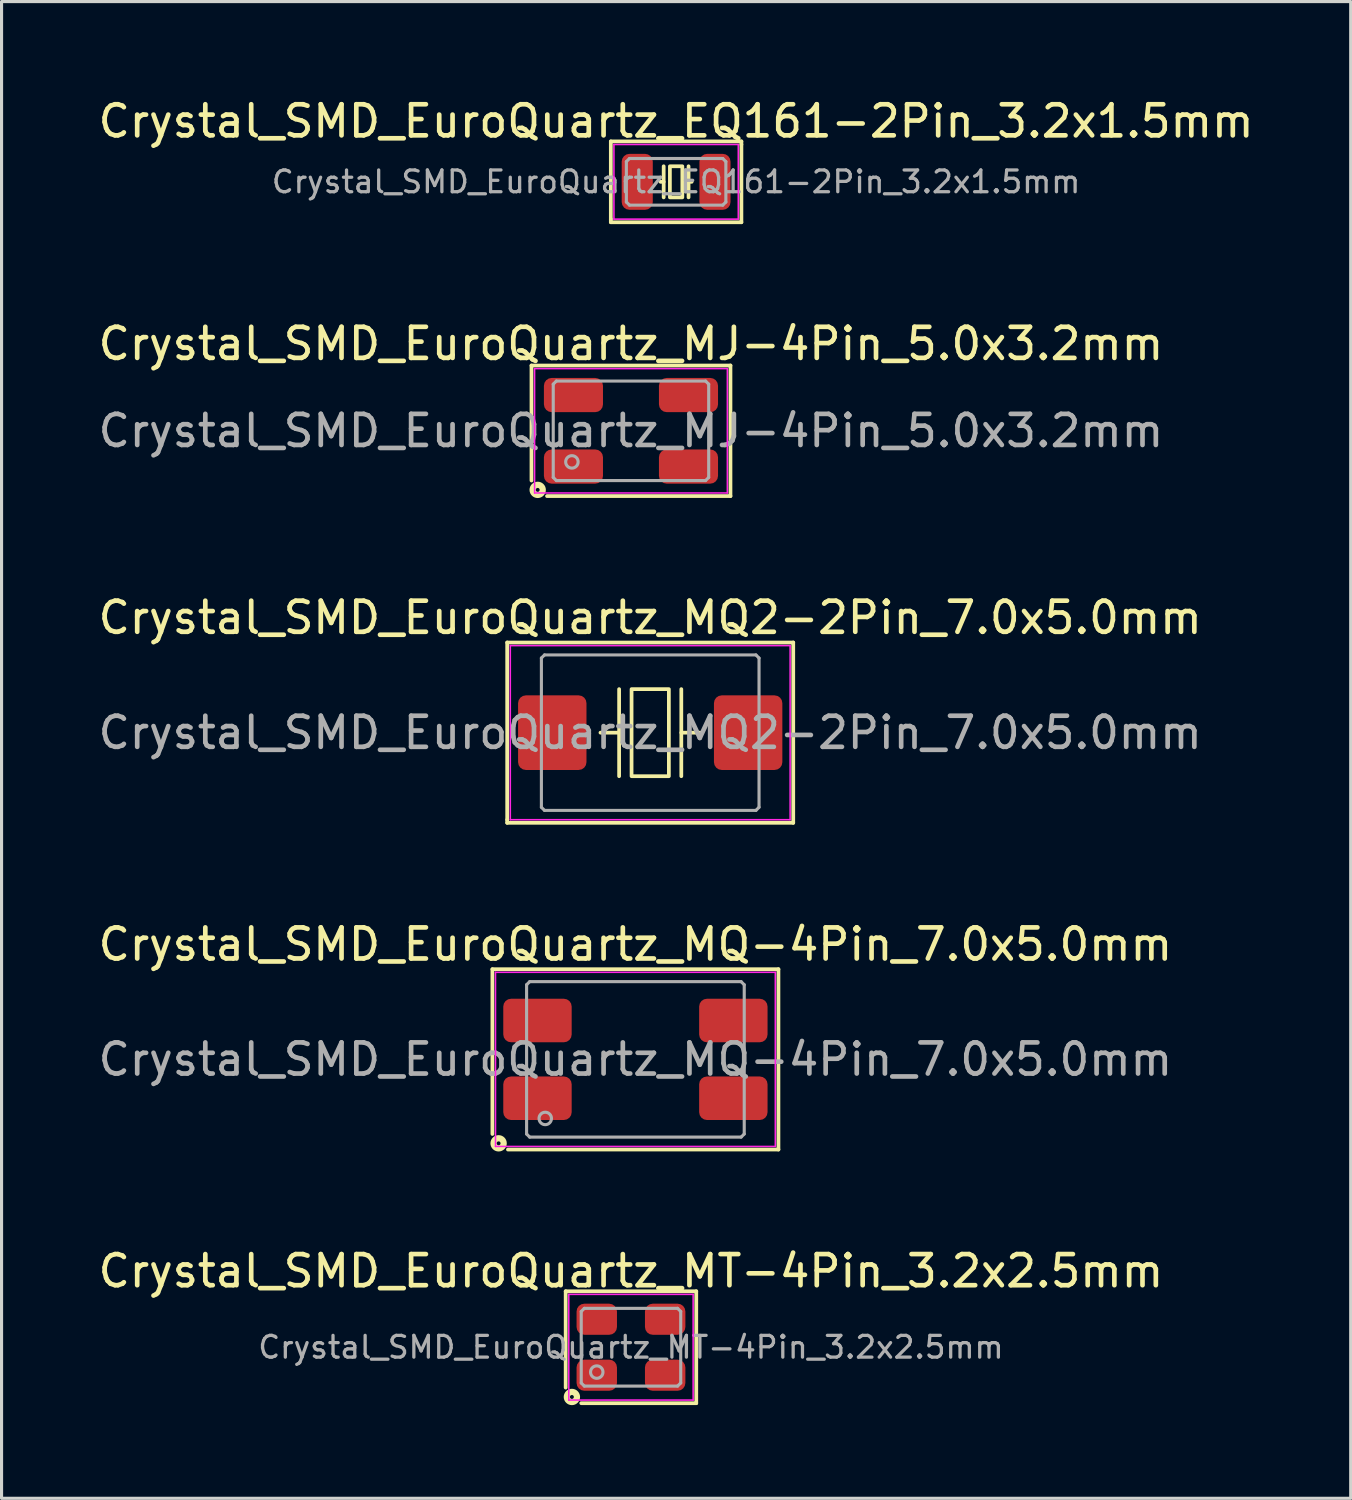
<source format=kicad_pcb>
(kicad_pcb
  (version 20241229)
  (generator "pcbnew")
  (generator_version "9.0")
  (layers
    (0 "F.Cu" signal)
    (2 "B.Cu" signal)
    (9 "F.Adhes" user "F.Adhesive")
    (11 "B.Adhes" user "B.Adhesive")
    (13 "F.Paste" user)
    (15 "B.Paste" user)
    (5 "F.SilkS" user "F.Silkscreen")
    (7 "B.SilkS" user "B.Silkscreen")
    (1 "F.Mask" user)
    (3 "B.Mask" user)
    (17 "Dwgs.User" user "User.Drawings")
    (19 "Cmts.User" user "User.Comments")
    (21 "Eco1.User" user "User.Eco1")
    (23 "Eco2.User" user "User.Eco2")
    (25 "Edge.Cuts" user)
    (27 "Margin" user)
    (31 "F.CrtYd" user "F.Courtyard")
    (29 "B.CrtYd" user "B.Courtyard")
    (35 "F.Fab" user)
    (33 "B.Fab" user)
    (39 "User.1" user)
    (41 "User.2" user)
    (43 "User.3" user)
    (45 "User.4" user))
  (footprint "Crystal_SMD_EuroQuartz_EQ161-2Pin_3.2x1.5mm"
    (layer "F.Cu")
    (at 18.696 2.798)
    (property "Reference" "Crystal_SMD_EuroQuartz_EQ161-2Pin_3.2x1.5mm" (at 0 -1.95 0) (layer "F.SilkS") (effects (font (size 1 1) (thickness 0.15))))
    (attr smd)
    (fp_line (start -2.1 -1.3) (end -2.1 1.2) (stroke (width 0.12) (type solid)) (layer "F.SilkS"))
    (fp_line (start -2.1 1.2) (end -2.1 1.3) (stroke (width 0.12) (type solid)) (layer "F.SilkS"))
    (fp_line (start -2.1 1.3) (end 2.1 1.3) (stroke (width 0.12) (type solid)) (layer "F.SilkS"))
    (fp_line (start -0.4 -0.5) (end -0.4 0.5) (stroke (width 0.12) (type solid)) (layer "F.SilkS"))
    (fp_line (start -0.4 0) (end -0.5 0) (stroke (width 0.12) (type solid)) (layer "F.SilkS"))
    (fp_line (start 0.4 -0.5) (end 0.4 0.5) (stroke (width 0.12) (type solid)) (layer "F.SilkS"))
    (fp_line (start 0.4 0) (end 0.5 0) (stroke (width 0.12) (type solid)) (layer "F.SilkS"))
    (fp_line (start 2.1 -1.3) (end -2.1 -1.3) (stroke (width 0.12) (type solid)) (layer "F.SilkS"))
    (fp_line (start 2.1 -1.2) (end 2.1 -1.3) (stroke (width 0.12) (type solid)) (layer "F.SilkS"))
    (fp_line (start 2.1 1.3) (end 2.1 -1.2) (stroke (width 0.12) (type solid)) (layer "F.SilkS"))
    (fp_rect (start -0.2 -0.5) (end 0.2 0.5) (stroke (width 0.12) (type solid)) (fill no) (layer "F.SilkS"))
    (fp_line (start -2 -1.2) (end -2 1.2) (stroke (width 0.05) (type solid)) (layer "F.CrtYd"))
    (fp_line (start -2 1.2) (end 2 1.2) (stroke (width 0.05) (type solid)) (layer "F.CrtYd"))
    (fp_line (start 2 -1.2) (end -2 -1.2) (stroke (width 0.05) (type solid)) (layer "F.CrtYd"))
    (fp_line (start 2 1.2) (end 2 -1.2) (stroke (width 0.05) (type solid)) (layer "F.CrtYd"))
    (fp_line (start -1.6 -0.65) (end -1.5 -0.75) (stroke (width 0.1) (type solid)) (layer "F.Fab"))
    (fp_line (start -1.6 0.65) (end -1.6 -0.65) (stroke (width 0.1) (type solid)) (layer "F.Fab"))
    (fp_line (start -1.5 -0.75) (end 1.5 -0.75) (stroke (width 0.1) (type solid)) (layer "F.Fab"))
    (fp_line (start -1.5 0.75) (end -1.6 0.65) (stroke (width 0.1) (type solid)) (layer "F.Fab"))
    (fp_line (start 1.5 -0.75) (end 1.6 -0.65) (stroke (width 0.1) (type solid)) (layer "F.Fab"))
    (fp_line (start 1.5 0.75) (end -1.5 0.75) (stroke (width 0.1) (type solid)) (layer "F.Fab"))
    (fp_line (start 1.6 -0.65) (end 1.6 0.65) (stroke (width 0.1) (type solid)) (layer "F.Fab"))
    (fp_line (start 1.6 0.65) (end 1.5 0.75) (stroke (width 0.1) (type solid)) (layer "F.Fab"))
    (fp_text user "${REFERENCE}" (at 0 0 0) (layer "F.Fab") (effects (font (size 0.7 0.7) (thickness 0.105))))
    (pad "1" smd roundrect (at -1.25 0) (size 1 1.8) (layers "F.Cu" "F.Mask" "F.Paste") (roundrect_rratio 0.25))
    (pad "2" smd roundrect (at 1.25 0) (size 1 1.8) (layers "F.Cu" "F.Mask" "F.Paste") (roundrect_rratio 0.25)))
  (footprint "Crystal_SMD_EuroQuartz_MT-4Pin_3.2x2.5mm"
    (layer "F.Cu")
    (at 17.244 40.281)
    (property "Reference" "Crystal_SMD_EuroQuartz_MT-4Pin_3.2x2.5mm" (at 0 -2.45 0) (layer "F.SilkS") (effects (font (size 1 1) (thickness 0.15))))
    (attr smd)
    (fp_line (start -2.1 -1.8) (end -2.1 1.3) (stroke (width 0.12) (type solid)) (layer "F.SilkS"))
    (fp_line (start -2.1 -1.8) (end 2.1 -1.8) (stroke (width 0.12) (type solid)) (layer "F.SilkS"))
    (fp_line (start 2.1 -1.8) (end 2.1 1.8) (stroke (width 0.12) (type solid)) (layer "F.SilkS"))
    (fp_line (start 2.1 1.8) (end -1.6 1.8) (stroke (width 0.12) (type solid)) (layer "F.SilkS"))
    (fp_circle (center -1.9 1.6) (end -1.837 1.6) (stroke (width 0.2) (type solid)) (fill no) (layer "F.SilkS"))
    (fp_line (start -2 -1.7) (end -2 1.7) (stroke (width 0.05) (type solid)) (layer "F.CrtYd"))
    (fp_line (start -2 1.7) (end 2 1.7) (stroke (width 0.05) (type solid)) (layer "F.CrtYd"))
    (fp_line (start 2 -1.7) (end -2 -1.7) (stroke (width 0.05) (type solid)) (layer "F.CrtYd"))
    (fp_line (start 2 1.7) (end 2 -1.7) (stroke (width 0.05) (type solid)) (layer "F.CrtYd"))
    (fp_line (start -1.6 -1.15) (end -1.5 -1.25) (stroke (width 0.1) (type solid)) (layer "F.Fab"))
    (fp_line (start -1.6 1.15) (end -1.6 -1.15) (stroke (width 0.1) (type solid)) (layer "F.Fab"))
    (fp_line (start -1.5 -1.25) (end 1.5 -1.25) (stroke (width 0.1) (type solid)) (layer "F.Fab"))
    (fp_line (start -1.5 1.25) (end -1.6 1.15) (stroke (width 0.1) (type solid)) (layer "F.Fab"))
    (fp_line (start 1.5 -1.25) (end 1.6 -1.15) (stroke (width 0.1) (type solid)) (layer "F.Fab"))
    (fp_line (start 1.5 1.25) (end -1.5 1.25) (stroke (width 0.1) (type solid)) (layer "F.Fab"))
    (fp_line (start 1.6 -1.15) (end 1.6 1.15) (stroke (width 0.1) (type solid)) (layer "F.Fab"))
    (fp_line (start 1.6 1.15) (end 1.5 1.25) (stroke (width 0.1) (type solid)) (layer "F.Fab"))
    (fp_circle (center -1.1 0.8) (end -0.9 0.8) (stroke (width 0.1) (type solid)) (fill no) (layer "F.Fab"))
    (fp_text user "${REFERENCE}" (at 0 0 0) (layer "F.Fab") (effects (font (size 0.7 0.7) (thickness 0.105))))
    (pad "1" smd roundrect (at -1.1 0.9) (size 1.3 1) (layers "F.Cu" "F.Mask" "F.Paste") (roundrect_rratio 0.25))
    (pad "2" smd roundrect (at 1.1 0.9) (size 1.3 1) (layers "F.Cu" "F.Mask" "F.Paste") (roundrect_rratio 0.25))
    (pad "3" smd roundrect (at 1.1 -0.9) (size 1.3 1) (layers "F.Cu" "F.Mask" "F.Paste") (roundrect_rratio 0.25))
    (pad "4" smd roundrect (at -1.1 -0.9) (size 1.3 1) (layers "F.Cu" "F.Mask" "F.Paste") (roundrect_rratio 0.25)))
  (footprint "Crystal_SMD_EuroQuartz_MQ2-2Pin_7.0x5.0mm"
    (layer "F.Cu")
    (at 17.863 20.515)
    (property "Reference" "Crystal_SMD_EuroQuartz_MQ2-2Pin_7.0x5.0mm" (at 0 -3.7 0) (layer "F.SilkS") (effects (font (size 1 1) (thickness 0.15))))
    (attr smd)
    (fp_line (start -4.6 -2.9) (end -4.6 2.8) (stroke (width 0.12) (type solid)) (layer "F.SilkS"))
    (fp_line (start -4.6 2.8) (end -4.6 2.9) (stroke (width 0.12) (type solid)) (layer "F.SilkS"))
    (fp_line (start -4.6 2.9) (end 4.6 2.9) (stroke (width 0.12) (type solid)) (layer "F.SilkS"))
    (fp_line (start -1 -1.4) (end -1 1.4) (stroke (width 0.12) (type solid)) (layer "F.SilkS"))
    (fp_line (start -1 0) (end -1.6 0) (stroke (width 0.12) (type solid)) (layer "F.SilkS"))
    (fp_line (start 1 -1.4) (end 1 1.4) (stroke (width 0.12) (type solid)) (layer "F.SilkS"))
    (fp_line (start 1 0) (end 1.6 0) (stroke (width 0.12) (type solid)) (layer "F.SilkS"))
    (fp_line (start 4.6 -2.9) (end -4.6 -2.9) (stroke (width 0.12) (type solid)) (layer "F.SilkS"))
    (fp_line (start 4.6 2.9) (end 4.6 -2.9) (stroke (width 0.12) (type solid)) (layer "F.SilkS"))
    (fp_rect (start -0.6 -1.4) (end 0.6 1.4) (stroke (width 0.12) (type solid)) (fill no) (layer "F.SilkS"))
    (fp_line (start -4.5 -2.8) (end -4.5 2.8) (stroke (width 0.05) (type solid)) (layer "F.CrtYd"))
    (fp_line (start -4.5 2.8) (end 4.5 2.8) (stroke (width 0.05) (type solid)) (layer "F.CrtYd"))
    (fp_line (start 4.5 -2.8) (end -4.5 -2.8) (stroke (width 0.05) (type solid)) (layer "F.CrtYd"))
    (fp_line (start 4.5 2.8) (end 4.5 -2.8) (stroke (width 0.05) (type solid)) (layer "F.CrtYd"))
    (fp_line (start -3.5 -2.4) (end -3.4 -2.5) (stroke (width 0.1) (type solid)) (layer "F.Fab"))
    (fp_line (start -3.5 2.4) (end -3.5 -2.4) (stroke (width 0.1) (type solid)) (layer "F.Fab"))
    (fp_line (start -3.4 -2.5) (end 3.4 -2.5) (stroke (width 0.1) (type solid)) (layer "F.Fab"))
    (fp_line (start -3.4 2.5) (end -3.5 2.4) (stroke (width 0.1) (type solid)) (layer "F.Fab"))
    (fp_line (start 3.4 -2.5) (end 3.5 -2.4) (stroke (width 0.1) (type solid)) (layer "F.Fab"))
    (fp_line (start 3.4 2.5) (end -3.4 2.5) (stroke (width 0.1) (type solid)) (layer "F.Fab"))
    (fp_line (start 3.5 -2.4) (end 3.5 2.4) (stroke (width 0.1) (type solid)) (layer "F.Fab"))
    (fp_line (start 3.5 2.4) (end 3.4 2.5) (stroke (width 0.1) (type solid)) (layer "F.Fab"))
    (fp_text user "${REFERENCE}" (at 0 0 0) (layer "F.Fab") (effects (font (size 1 1) (thickness 0.15))))
    (pad "1" smd roundrect (at -3.15 0) (size 2.2 2.4) (layers "F.Cu" "F.Mask" "F.Paste") (roundrect_rratio 0.114))
    (pad "2" smd roundrect (at 3.15 0) (size 2.2 2.4) (layers "F.Cu" "F.Mask" "F.Paste") (roundrect_rratio 0.114)))
  (footprint "Crystal_SMD_EuroQuartz_MQ-4Pin_7.0x5.0mm"
    (layer "F.Cu")
    (at 17.387 31.023)
    (property "Reference" "Crystal_SMD_EuroQuartz_MQ-4Pin_7.0x5.0mm" (at 0 -3.7 0) (layer "F.SilkS") (effects (font (size 1 1) (thickness 0.15))))
    (attr smd)
    (fp_line (start -4.6 -2.9) (end -4.6 2.4) (stroke (width 0.12) (type solid)) (layer "F.SilkS"))
    (fp_line (start -4.6 -2.9) (end 4.6 -2.9) (stroke (width 0.12) (type solid)) (layer "F.SilkS"))
    (fp_line (start 4.6 -2.9) (end 4.6 2.9) (stroke (width 0.12) (type solid)) (layer "F.SilkS"))
    (fp_line (start 4.6 2.9) (end -4.1 2.9) (stroke (width 0.12) (type solid)) (layer "F.SilkS"))
    (fp_circle (center -4.4 2.7) (end -4.337 2.7) (stroke (width 0.2) (type solid)) (fill no) (layer "F.SilkS"))
    (fp_line (start -4.5 -2.8) (end -4.5 2.8) (stroke (width 0.05) (type solid)) (layer "F.CrtYd"))
    (fp_line (start -4.5 2.8) (end 4.5 2.8) (stroke (width 0.05) (type solid)) (layer "F.CrtYd"))
    (fp_line (start 4.5 -2.8) (end -4.5 -2.8) (stroke (width 0.05) (type solid)) (layer "F.CrtYd"))
    (fp_line (start 4.5 2.8) (end 4.5 -2.8) (stroke (width 0.05) (type solid)) (layer "F.CrtYd"))
    (fp_line (start -3.5 -2.4) (end -3.4 -2.5) (stroke (width 0.1) (type solid)) (layer "F.Fab"))
    (fp_line (start -3.5 2.4) (end -3.5 -2.4) (stroke (width 0.1) (type solid)) (layer "F.Fab"))
    (fp_line (start -3.4 -2.5) (end 3.4 -2.5) (stroke (width 0.1) (type solid)) (layer "F.Fab"))
    (fp_line (start -3.4 2.5) (end -3.5 2.4) (stroke (width 0.1) (type solid)) (layer "F.Fab"))
    (fp_line (start 3.4 -2.5) (end 3.5 -2.4) (stroke (width 0.1) (type solid)) (layer "F.Fab"))
    (fp_line (start 3.4 2.5) (end -3.4 2.5) (stroke (width 0.1) (type solid)) (layer "F.Fab"))
    (fp_line (start 3.5 -2.4) (end 3.5 2.4) (stroke (width 0.1) (type solid)) (layer "F.Fab"))
    (fp_line (start 3.5 2.4) (end 3.4 2.5) (stroke (width 0.1) (type solid)) (layer "F.Fab"))
    (fp_circle (center -2.9 1.9) (end -2.7 1.9) (stroke (width 0.1) (type solid)) (fill no) (layer "F.Fab"))
    (fp_text user "${REFERENCE}" (at 0 0 0) (layer "F.Fab") (effects (font (size 1 1) (thickness 0.15))))
    (pad "1" smd roundrect (at -3.15 1.25) (size 2.2 1.4) (layers "F.Cu" "F.Mask" "F.Paste") (roundrect_rratio 0.179))
    (pad "2" smd roundrect (at 3.15 1.25) (size 2.2 1.4) (layers "F.Cu" "F.Mask" "F.Paste") (roundrect_rratio 0.179))
    (pad "3" smd roundrect (at 3.15 -1.25) (size 2.2 1.4) (layers "F.Cu" "F.Mask" "F.Paste") (roundrect_rratio 0.179))
    (pad "4" smd roundrect (at -3.15 -1.25) (size 2.2 1.4) (layers "F.Cu" "F.Mask" "F.Paste") (roundrect_rratio 0.179)))
  (footprint "Crystal_SMD_EuroQuartz_MJ-4Pin_5.0x3.2mm"
    (layer "F.Cu")
    (at 17.244 10.806)
    (property "Reference" "Crystal_SMD_EuroQuartz_MJ-4Pin_5.0x3.2mm" (at 0 -2.8 0) (layer "F.SilkS") (effects (font (size 1 1) (thickness 0.15))))
    (attr smd)
    (fp_line (start -3.2 -2.1) (end 3.2 -2.1) (stroke (width 0.12) (type solid)) (layer "F.SilkS"))
    (fp_line (start -3.2 1.6) (end -3.2 -2.1) (stroke (width 0.12) (type solid)) (layer "F.SilkS"))
    (fp_line (start 3.2 -2.1) (end 3.2 2.1) (stroke (width 0.12) (type solid)) (layer "F.SilkS"))
    (fp_line (start 3.2 2.1) (end -2.7 2.1) (stroke (width 0.12) (type solid)) (layer "F.SilkS"))
    (fp_circle (center -3 1.9) (end -2.937 1.9) (stroke (width 0.2) (type solid)) (fill no) (layer "F.SilkS"))
    (fp_line (start -3.1 -2) (end -3.1 2) (stroke (width 0.05) (type solid)) (layer "F.CrtYd"))
    (fp_line (start -3.1 2) (end 3.1 2) (stroke (width 0.05) (type solid)) (layer "F.CrtYd"))
    (fp_line (start 3.1 -2) (end -3.1 -2) (stroke (width 0.05) (type solid)) (layer "F.CrtYd"))
    (fp_line (start 3.1 2) (end 3.1 -2) (stroke (width 0.05) (type solid)) (layer "F.CrtYd"))
    (fp_line (start -2.5 -1.5) (end -2.4 -1.6) (stroke (width 0.1) (type solid)) (layer "F.Fab"))
    (fp_line (start -2.5 1.5) (end -2.5 -1.5) (stroke (width 0.1) (type solid)) (layer "F.Fab"))
    (fp_line (start -2.4 -1.6) (end 2.4 -1.6) (stroke (width 0.1) (type solid)) (layer "F.Fab"))
    (fp_line (start -2.4 1.6) (end -2.5 1.5) (stroke (width 0.1) (type solid)) (layer "F.Fab"))
    (fp_line (start 2.4 -1.6) (end 2.5 -1.5) (stroke (width 0.1) (type solid)) (layer "F.Fab"))
    (fp_line (start 2.4 1.6) (end -2.4 1.6) (stroke (width 0.1) (type solid)) (layer "F.Fab"))
    (fp_line (start 2.5 -1.5) (end 2.5 1.5) (stroke (width 0.1) (type solid)) (layer "F.Fab"))
    (fp_line (start 2.5 1.5) (end 2.4 1.6) (stroke (width 0.1) (type solid)) (layer "F.Fab"))
    (fp_circle (center -1.9 1) (end -1.7 1) (stroke (width 0.1) (type solid)) (fill no) (layer "F.Fab"))
    (fp_text user "${REFERENCE}" (at 0 0 0) (layer "F.Fab") (effects (font (size 1 1) (thickness 0.15))))
    (pad "1" smd roundrect (at -1.85 1.15) (size 1.9 1.1) (layers "F.Cu" "F.Mask" "F.Paste") (roundrect_rratio 0.227))
    (pad "2" smd roundrect (at 1.85 1.15) (size 1.9 1.1) (layers "F.Cu" "F.Mask" "F.Paste") (roundrect_rratio 0.227))
    (pad "3" smd roundrect (at 1.85 -1.15) (size 1.9 1.1) (layers "F.Cu" "F.Mask" "F.Paste") (roundrect_rratio 0.227))
    (pad "4" smd roundrect (at -1.85 -1.15) (size 1.9 1.1) (layers "F.Cu" "F.Mask" "F.Paste") (roundrect_rratio 0.227)))
  (gr_rect
    (start -3 -3)
    (end 40.393 45.141)
    (stroke (width 0.1) (type default))
    (fill no)
    (layer "Edge.Cuts")))
</source>
